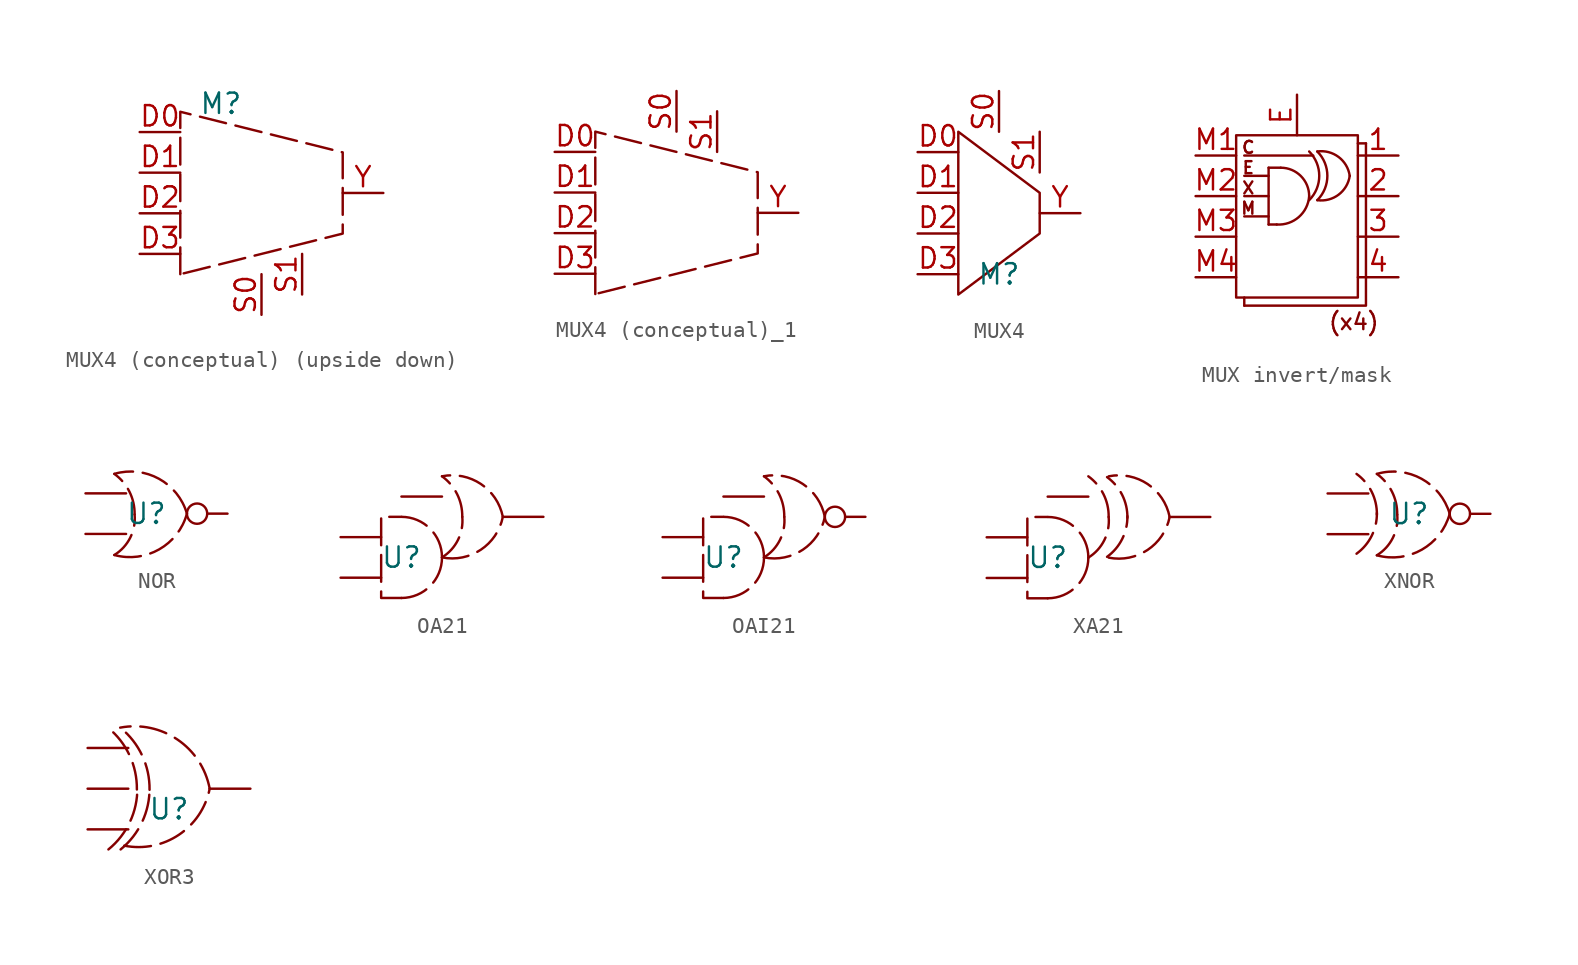
<source format=kicad_sym>
(kicad_symbol_lib
  (version 20241209)
  (generator "kicad_symbol_editor")
  (generator_version "9.0")
  (symbol "MUX4 (conceptual) (upside down)"
    (property "Reference" "M"
      (at 0 5.588 0)
      (effects (font (size 1.27 1.27))))
    (property "Value" ""
      (at 0 0 0)
      (effects (font (size 1.27 1.27))))
    (symbol "MUX4 (conceptual) (upside down)_1_1"
      (polyline (pts (xy -2.54 -5.08) (xy -2.54 5.08) (xy 7.62 2.54) (xy 7.62 -2.54) (xy -2.54 -5.08)) (stroke (width 0) (type dash)) (fill (type none)))
      (pin input line (at -5.08 3.81 0) (length 2.54) (name "" (effects (font (size 1.27 1.27)))) (number "D0" (effects (font (size 1.27 1.27)))))
      (pin input line (at -5.08 1.27 0) (length 2.54) (name "" (effects (font (size 1.27 1.27)))) (number "D1" (effects (font (size 1.27 1.27)))))
      (pin input line (at -5.08 -1.27 0) (length 2.54) (name "" (effects (font (size 1.27 1.27)))) (number "D2" (effects (font (size 1.27 1.27)))))
      (pin input line (at -5.08 -3.81 0) (length 2.54) (name "" (effects (font (size 1.27 1.27)))) (number "D3" (effects (font (size 1.27 1.27)))))
      (pin input line (at 2.54 -7.62 90) (length 2.54) (name "" (effects (font (size 1.27 1.27)))) (number "S0" (effects (font (size 1.27 1.27)))))
      (pin input line (at 5.08 -6.35 90) (length 2.54) (name "" (effects (font (size 1.27 1.27)))) (number "S1" (effects (font (size 1.27 1.27)))))
      (pin output line (at 10.16 0 180) (length 2.54) (name "" (effects (font (size 1.27 1.27)))) (number "Y" (effects (font (size 1.27 1.27)))))))
  (symbol "MUX4 (conceptual)_1"
    (property "Reference" "M"
      (at 0 -3.81 0)
      (effects (font (size 1.27 1.27)) (hide yes)))
    (property "Value" ""
      (at 0 0 0)
      (effects (font (size 1.27 1.27))))
    (symbol "MUX4 (conceptual)_1_1_1"
      (polyline (pts (xy -5.08 -5.08) (xy -5.08 5.08) (xy 5.08 2.54) (xy 5.08 -2.54) (xy -5.08 -5.08)) (stroke (width 0) (type dash)) (fill (type none)))
      (pin input line (at -7.62 3.81 0) (length 2.54) (name "" (effects (font (size 1.27 1.27)))) (number "D0" (effects (font (size 1.27 1.27)))))
      (pin input line (at -7.62 1.27 0) (length 2.54) (name "" (effects (font (size 1.27 1.27)))) (number "D1" (effects (font (size 1.27 1.27)))))
      (pin input line (at -7.62 -1.27 0) (length 2.54) (name "" (effects (font (size 1.27 1.27)))) (number "D2" (effects (font (size 1.27 1.27)))))
      (pin input line (at -7.62 -3.81 0) (length 2.54) (name "" (effects (font (size 1.27 1.27)))) (number "D3" (effects (font (size 1.27 1.27)))))
      (pin input line (at 0 7.62 270) (length 2.54) (name "" (effects (font (size 1.27 1.27)))) (number "S0" (effects (font (size 1.27 1.27)))))
      (pin input line (at 2.54 6.35 270) (length 2.54) (name "" (effects (font (size 1.27 1.27)))) (number "S1" (effects (font (size 1.27 1.27)))))
      (pin output line (at 7.62 0 180) (length 2.54) (name "" (effects (font (size 1.27 1.27)))) (number "Y" (effects (font (size 1.27 1.27)))))))
  (symbol "MUX4"
    (property "Reference" "M"
      (at 0 -3.81 0)
      (effects (font (size 1.27 1.27))))
    (property "Value" ""
      (at 0 0 0)
      (effects (font (size 1.27 1.27))))
    (symbol "MUX4_0_1"
      (polyline (pts (xy -2.54 -5.08) (xy -2.54 5.08) (xy 2.54 1.27) (xy 2.54 -1.27) (xy -2.54 -5.08)) (stroke (width 0) (type default)) (fill (type none))))
    (symbol "MUX4_1_1"
      (pin input line (at -5.08 3.81 0) (length 2.54) (name "" (effects (font (size 1.27 1.27)))) (number "D0" (effects (font (size 1.27 1.27)))))
      (pin input line (at -5.08 1.27 0) (length 2.54) (name "" (effects (font (size 1.27 1.27)))) (number "D1" (effects (font (size 1.27 1.27)))))
      (pin input line (at -5.08 -1.27 0) (length 2.54) (name "" (effects (font (size 1.27 1.27)))) (number "D2" (effects (font (size 1.27 1.27)))))
      (pin input line (at -5.08 -3.81 0) (length 2.54) (name "" (effects (font (size 1.27 1.27)))) (number "D3" (effects (font (size 1.27 1.27)))))
      (pin input line (at 0 7.62 270) (length 2.54) (name "" (effects (font (size 1.27 1.27)))) (number "S0" (effects (font (size 1.27 1.27)))))
      (pin input line (at 2.54 5.08 270) (length 2.54) (name "" (effects (font (size 1.27 1.27)))) (number "S1" (effects (font (size 1.27 1.27)))))
      (pin output line (at 5.08 0 180) (length 2.54) (name "" (effects (font (size 1.27 1.27)))) (number "Y" (effects (font (size 1.27 1.27)))))))
  (symbol "MUX invert/mask"
    (property "Reference" "U"
      (at 0 -1.27 0)
      (effects (font (size 1.27 1.27)) (hide yes)))
    (property "Value" ""
      (at 0 0 0)
      (effects (font (size 1.27 1.27))))
    (symbol "MUX invert/mask_0_1"
      (rectangle (start -3.81 5.08) (end 3.81 -5.08) (stroke (width 0) (type default)) (fill (type none)))
      (polyline (pts (xy -3.302 -5.588) (xy -3.302 -5.08)) (stroke (width 0) (type default)) (fill (type none)))
      (polyline (pts (xy -3.302 -5.588) (xy 4.318 -5.588) (xy 4.318 4.572)) (stroke (width 0) (type default)) (fill (type none)))
      (polyline (pts (xy -1.778 3.048) (xy -1.778 -0.508)) (stroke (width 0) (type default)) (fill (type none)))
      (polyline (pts (xy -1.778 3.048) (xy -1.016 3.048)) (stroke (width 0) (type default)) (fill (type none)))
      (polyline (pts (xy -1.778 2.54) (xy -3.302 2.54)) (stroke (width 0) (type default)) (fill (type none)))
      (polyline (pts (xy -1.778 1.27) (xy -3.302 1.27)) (stroke (width 0) (type default)) (fill (type none)))
      (polyline (pts (xy -1.778 0) (xy -3.302 0)) (stroke (width 0) (type default)) (fill (type none)))
      (polyline (pts (xy -1.524 -0.508) (xy -1.27 -0.508) (xy -1.778 -0.508)) (stroke (width 0) (type default)) (fill (type none)))
      (arc (start 0.762 1.27) (mid 0.1142 -0.0398) (end -1.27 -0.508) (stroke (width 0) (type default)) (fill (type none)))
      (arc (start -1.016 3.048) (mid 0.2412 2.5272) (end 0.762 1.27) (stroke (width 0) (type default)) (fill (type none)))
      (arc (start 0.762 4.064) (mid 1.3933 2.54) (end 0.762 1.016) (stroke (width 0) (type default)) (fill (type none)))
      (arc (start 1.27 4.064) (mid 1.9012 2.54) (end 1.27 1.016) (stroke (width 0) (type default)) (fill (type none)))
      (polyline (pts (xy 1.016 3.81) (xy -3.302 3.81)) (stroke (width 0) (type default)) (fill (type none)))
      (arc (start 3.302 2.54) (mid 2.6016 1.3572) (end 1.27 1.016) (stroke (width 0) (type default)) (fill (type none)))
      (arc (start 1.27 4.064) (mid 2.6016 3.7228) (end 3.3018 2.5398) (stroke (width 0) (type default)) (fill (type none)))
      (polyline (pts (xy 4.318 4.572) (xy 3.81 4.572)) (stroke (width 0) (type default)) (fill (type none))))
    (symbol "MUX invert/mask_1_1"
      (text "C" (at -3.048 4.318 0) (effects (font (size 0.75 0.75))))
      (text "E" (at -3.048 3.048 0) (effects (font (size 0.75 0.75))))
      (text "X" (at -3.048 1.778 0) (effects (font (size 0.75 0.75))))
      (text "M" (at -3.048 0.508 0) (effects (font (size 0.75 0.75))))
      (text "(x4)" (at 3.556 -6.604 0) (effects (font (size 1 1))))
      (pin input line (at -6.35 3.81 0) (length 2.54) (name "" (effects (font (size 1.27 1.27)))) (number "M1" (effects (font (size 1.27 1.27)))))
      (pin input line (at -6.35 1.27 0) (length 2.54) (name "" (effects (font (size 1.27 1.27)))) (number "M2" (effects (font (size 1.27 1.27)))))
      (pin input line (at -6.35 -1.27 0) (length 2.54) (name "" (effects (font (size 1.27 1.27)))) (number "M3" (effects (font (size 1.27 1.27)))))
      (pin input line (at -6.35 -3.81 0) (length 2.54) (name "" (effects (font (size 1.27 1.27)))) (number "M4" (effects (font (size 1.27 1.27)))))
      (pin input line (at 0 7.62 270) (length 2.54) (name "" (effects (font (size 1.27 1.27)))) (number "E" (effects (font (size 1.27 1.27)))))
      (pin output line (at 6.35 3.81 180) (length 2.54) (name "" (effects (font (size 1.27 1.27)))) (number "1" (effects (font (size 1.27 1.27)))))
      (pin output line (at 6.35 1.27 180) (length 2.54) (name "" (effects (font (size 1.27 1.27)))) (number "2" (effects (font (size 1.27 1.27)))))
      (pin output line (at 6.35 -1.27 180) (length 2.54) (name "" (effects (font (size 1.27 1.27)))) (number "3" (effects (font (size 1.27 1.27)))))
      (pin output line (at 6.35 -3.81 180) (length 2.54) (name "" (effects (font (size 1.27 1.27)))) (number "4" (effects (font (size 1.27 1.27)))))))
  (symbol "NOR"
    (property "Reference" "U"
      (at -1.27 0 0)
      (effects (font (size 1.27 1.27))))
    (property "Value" ""
      (at 0 0 0)
      (effects (font (size 1.27 1.27))))
    (symbol "NOR_1_1"
      (arc (start -3.275 2.49) (mid -2.3293 1.3753) (end -2.005 -0.05) (stroke (width 0) (type dash)) (fill (type none)))
      (arc (start -2.005 -0.05) (mid -2.2775 -1.5013) (end -3.275 -2.59) (stroke (width 0) (type dash)) (fill (type none)))
      (arc (start 1.27 0) (mid -0.4662 -2.2363) (end -3.2752 -2.5898) (stroke (width 0) (type dash)) (fill (type none)))
      (arc (start -3.2752 2.4898) (mid -0.4869 2.1863) (end 1.27 0) (stroke (width 0) (type dash)) (fill (type none)))
      (pin input line (at -5.08 1.27 0) (length 2.54) (name "" (effects (font (size 1.27 1.27)))) (number "" (effects (font (size 1.27 1.27)))))
      (pin input line (at -5.08 -1.27 0) (length 2.54) (name "" (effects (font (size 1.27 1.27)))) (number "" (effects (font (size 1.27 1.27)))))
      (pin input inverted (at 3.81 0 180) (length 2.54) (name "" (effects (font (size 1.27 1.27)))) (number "" (effects (font (size 1.27 1.27)))))))
  (symbol "OA21"
    (property "Reference" "U"
      (at 0 0 0)
      (effects (font (size 1.27 1.27))))
    (property "Value" ""
      (at 0 0 0)
      (effects (font (size 1.27 1.27))))
    (symbol "OA21_1_1"
      (polyline (pts (xy 0 -2.54) (xy -1.27 -2.54) (xy -1.27 2.54) (xy 0 2.54)) (stroke (width 0) (type dash)) (fill (type none)))
      (arc (start 0 2.54) (mid 1.7961 1.7961) (end 2.54 0) (stroke (width 0) (type dash)) (fill (type none)))
      (arc (start 2.54 0) (mid 1.7961 -1.7961) (end 0 -2.54) (stroke (width 0) (type dash)) (fill (type none)))
      (arc (start 2.54 5.08) (mid 3.4857 3.9653) (end 3.81 2.54) (stroke (width 0) (type dash)) (fill (type none)))
      (arc (start 3.81 2.54) (mid 3.5375 1.0887) (end 2.54 0) (stroke (width 0) (type dash)) (fill (type none)))
      (arc (start 6.35 2.54) (mid 4.971 0.4809) (end 2.5398 0.0002) (stroke (width 0) (type dash)) (fill (type none)))
      (arc (start 2.5398 5.0798) (mid 4.9709 4.599) (end 6.35 2.54) (stroke (width 0) (type dash)) (fill (type none)))
      (pin input line (at -3.81 1.27 0) (length 2.54) (name "" (effects (font (size 1.27 1.27)))) (number "" (effects (font (size 1.27 1.27)))))
      (pin input line (at -3.81 -1.27 0) (length 2.54) (name "" (effects (font (size 1.27 1.27)))) (number "" (effects (font (size 1.27 1.27)))))
      (pin input line (at 0 3.81 0) (length 2.54) (name "" (effects (font (size 1.27 1.27)))) (number "" (effects (font (size 1.27 1.27)))))
      (pin output line (at 8.89 2.54 180) (length 2.54) (name "" (effects (font (size 1.27 1.27)))) (number "" (effects (font (size 1.27 1.27)))))))
  (symbol "OAI21"
    (property "Reference" "U"
      (at 0 0 0)
      (effects (font (size 1.27 1.27))))
    (property "Value" ""
      (at 0 0 0)
      (effects (font (size 1.27 1.27))))
    (symbol "OAI21_1_1"
      (polyline (pts (xy 0 -2.54) (xy -1.27 -2.54) (xy -1.27 2.54) (xy 0 2.54)) (stroke (width 0) (type dash)) (fill (type none)))
      (arc (start 0 2.54) (mid 1.7961 1.7961) (end 2.54 0) (stroke (width 0) (type dash)) (fill (type none)))
      (arc (start 2.54 0) (mid 1.7961 -1.7961) (end 0 -2.54) (stroke (width 0) (type dash)) (fill (type none)))
      (arc (start 2.54 5.08) (mid 3.4857 3.9653) (end 3.81 2.54) (stroke (width 0) (type dash)) (fill (type none)))
      (arc (start 3.81 2.54) (mid 3.5375 1.0887) (end 2.54 0) (stroke (width 0) (type dash)) (fill (type none)))
      (arc (start 6.35 2.54) (mid 4.971 0.4809) (end 2.5398 0.0002) (stroke (width 0) (type dash)) (fill (type none)))
      (arc (start 2.5398 5.0798) (mid 4.9709 4.599) (end 6.35 2.54) (stroke (width 0) (type dash)) (fill (type none)))
      (pin input line (at -3.81 1.27 0) (length 2.54) (name "" (effects (font (size 1.27 1.27)))) (number "" (effects (font (size 1.27 1.27)))))
      (pin input line (at -3.81 -1.27 0) (length 2.54) (name "" (effects (font (size 1.27 1.27)))) (number "" (effects (font (size 1.27 1.27)))))
      (pin input line (at 0 3.81 0) (length 2.54) (name "" (effects (font (size 1.27 1.27)))) (number "" (effects (font (size 1.27 1.27)))))
      (pin output inverted (at 8.89 2.54 180) (length 2.54) (name "" (effects (font (size 1.27 1.27)))) (number "" (effects (font (size 1.27 1.27)))))))
  (symbol "XA21"
    (property "Reference" "U"
      (at 0 0 0)
      (effects (font (size 1.27 1.27))))
    (property "Value" ""
      (at 0 0 0)
      (effects (font (size 1.27 1.27))))
    (symbol "XA21_1_1"
      (polyline (pts (xy 0 -2.54) (xy -1.27 -2.54) (xy -1.27 2.54) (xy 0 2.54)) (stroke (width 0) (type dash)) (fill (type none)))
      (arc (start 0 2.54) (mid 1.7961 1.7961) (end 2.54 0) (stroke (width 0) (type dash)) (fill (type none)))
      (arc (start 2.54 0) (mid 1.7961 -1.7961) (end 0 -2.54) (stroke (width 0) (type dash)) (fill (type none)))
      (arc (start 2.54 5.08) (mid 3.4857 3.9653) (end 3.81 2.54) (stroke (width 0) (type dash)) (fill (type none)))
      (arc (start 3.81 2.54) (mid 3.5375 1.0887) (end 2.54 0) (stroke (width 0) (type dash)) (fill (type none)))
      (arc (start 3.71 5.03) (mid 4.6557 3.9153) (end 4.98 2.49) (stroke (width 0) (type dash)) (fill (type none)))
      (arc (start 4.98 2.59) (mid 4.6557 1.1646) (end 3.71 0.05) (stroke (width 0) (type dash)) (fill (type none)))
      (arc (start 7.62 2.54) (mid 6.241 0.4809) (end 3.8098 0.0002) (stroke (width 0) (type dash)) (fill (type none)))
      (arc (start 3.8098 5.0798) (mid 6.2409 4.599) (end 7.62 2.54) (stroke (width 0) (type dash)) (fill (type none)))
      (pin input line (at -3.81 1.27 0) (length 2.54) (name "" (effects (font (size 1.27 1.27)))) (number "" (effects (font (size 1.27 1.27)))))
      (pin input line (at -3.81 -1.27 0) (length 2.54) (name "" (effects (font (size 1.27 1.27)))) (number "" (effects (font (size 1.27 1.27)))))
      (pin input line (at 0 3.81 0) (length 2.54) (name "" (effects (font (size 1.27 1.27)))) (number "" (effects (font (size 1.27 1.27)))))
      (pin output line (at 10.16 2.54 180) (length 2.54) (name "" (effects (font (size 1.27 1.27)))) (number "" (effects (font (size 1.27 1.27)))))))
  (symbol "XNOR"
    (property "Reference" "U"
      (at 0 0 0)
      (effects (font (size 1.27 1.27))))
    (property "Value" ""
      (at 0 0 0)
      (effects (font (size 1.27 1.27))))
    (symbol "XNOR_1_1"
      (arc (start -3.2746 2.4902) (mid -2.3289 1.3755) (end -2.0046 -0.0498) (stroke (width 0) (type dash)) (fill (type none)))
      (arc (start -2.0046 0.0498) (mid -2.3289 -1.3755) (end -3.2746 -2.4902) (stroke (width 0) (type dash)) (fill (type none)))
      (arc (start -2.005 2.49) (mid -1.0593 1.3753) (end -0.735 -0.05) (stroke (width 0) (type dash)) (fill (type none)))
      (arc (start -0.735 -0.05) (mid -1.0075 -1.5013) (end -2.005 -2.59) (stroke (width 0) (type dash)) (fill (type none)))
      (arc (start 2.54 0) (mid 0.8038 -2.2363) (end -2.0052 -2.5898) (stroke (width 0) (type dash)) (fill (type none)))
      (arc (start -2.0052 2.4898) (mid 0.7831 2.1863) (end 2.54 0) (stroke (width 0) (type dash)) (fill (type none)))
      (pin input line (at -5.08 1.27 0) (length 2.54) (name "" (effects (font (size 1.27 1.27)))) (number "" (effects (font (size 1.27 1.27)))))
      (pin input line (at -5.08 -1.27 0) (length 2.54) (name "" (effects (font (size 1.27 1.27)))) (number "" (effects (font (size 1.27 1.27)))))
      (pin input inverted (at 5.08 0 180) (length 2.54) (name "" (effects (font (size 1.27 1.27)))) (number "" (effects (font (size 1.27 1.27)))))))
  (symbol "XOR3"
    (property "Reference" "U"
      (at 0 -1.27 0)
      (effects (font (size 1.27 1.27))))
    (property "Value" ""
      (at 0 0 0)
      (effects (font (size 1.27 1.27))))
    (symbol "XOR3_0_1"
      (arc (start -3.048 3.81) (mid 0.5351 3.0623) (end 2.54 0) (stroke (width 0) (type dash)) (fill (type none)))
      (arc (start 2.54 0) (mid 0.6095 -2.8827) (end -2.794 -3.556) (stroke (width 0) (type dash)) (fill (type none))))
    (symbol "XOR3_1_1"
      (arc (start -3.81 3.81) (mid -2.464 2.0874) (end -2.0046 -0.0498) (stroke (width 0) (type dash)) (fill (type none)))
      (arc (start -1.9759 0.0685) (mid -2.4353 -2.0687) (end -3.7813 -3.7913) (stroke (width 0) (type dash)) (fill (type none)))
      (arc (start -3.0193 3.7913) (mid -1.6733 2.0687) (end -1.2139 -0.0685) (stroke (width 0) (type dash)) (fill (type none)))
      (arc (start -1.2139 0.0685) (mid -1.6733 -2.0687) (end -3.0193 -3.7913) (stroke (width 0) (type dash)) (fill (type none)))
      (pin input line (at -5.08 2.54 0) (length 2.54) (name "" (effects (font (size 1.27 1.27)))) (number "" (effects (font (size 1.27 1.27)))))
      (pin input line (at -5.08 0 0) (length 2.54) (name "" (effects (font (size 1.27 1.27)))) (number "" (effects (font (size 1.27 1.27)))))
      (pin input line (at -5.08 -2.54 0) (length 2.54) (name "" (effects (font (size 1.27 1.27)))) (number "" (effects (font (size 1.27 1.27)))))
      (pin input line (at 5.08 0 180) (length 2.54) (name "" (effects (font (size 1.27 1.27)))) (number "" (effects (font (size 1.27 1.27))))))))
</source>
